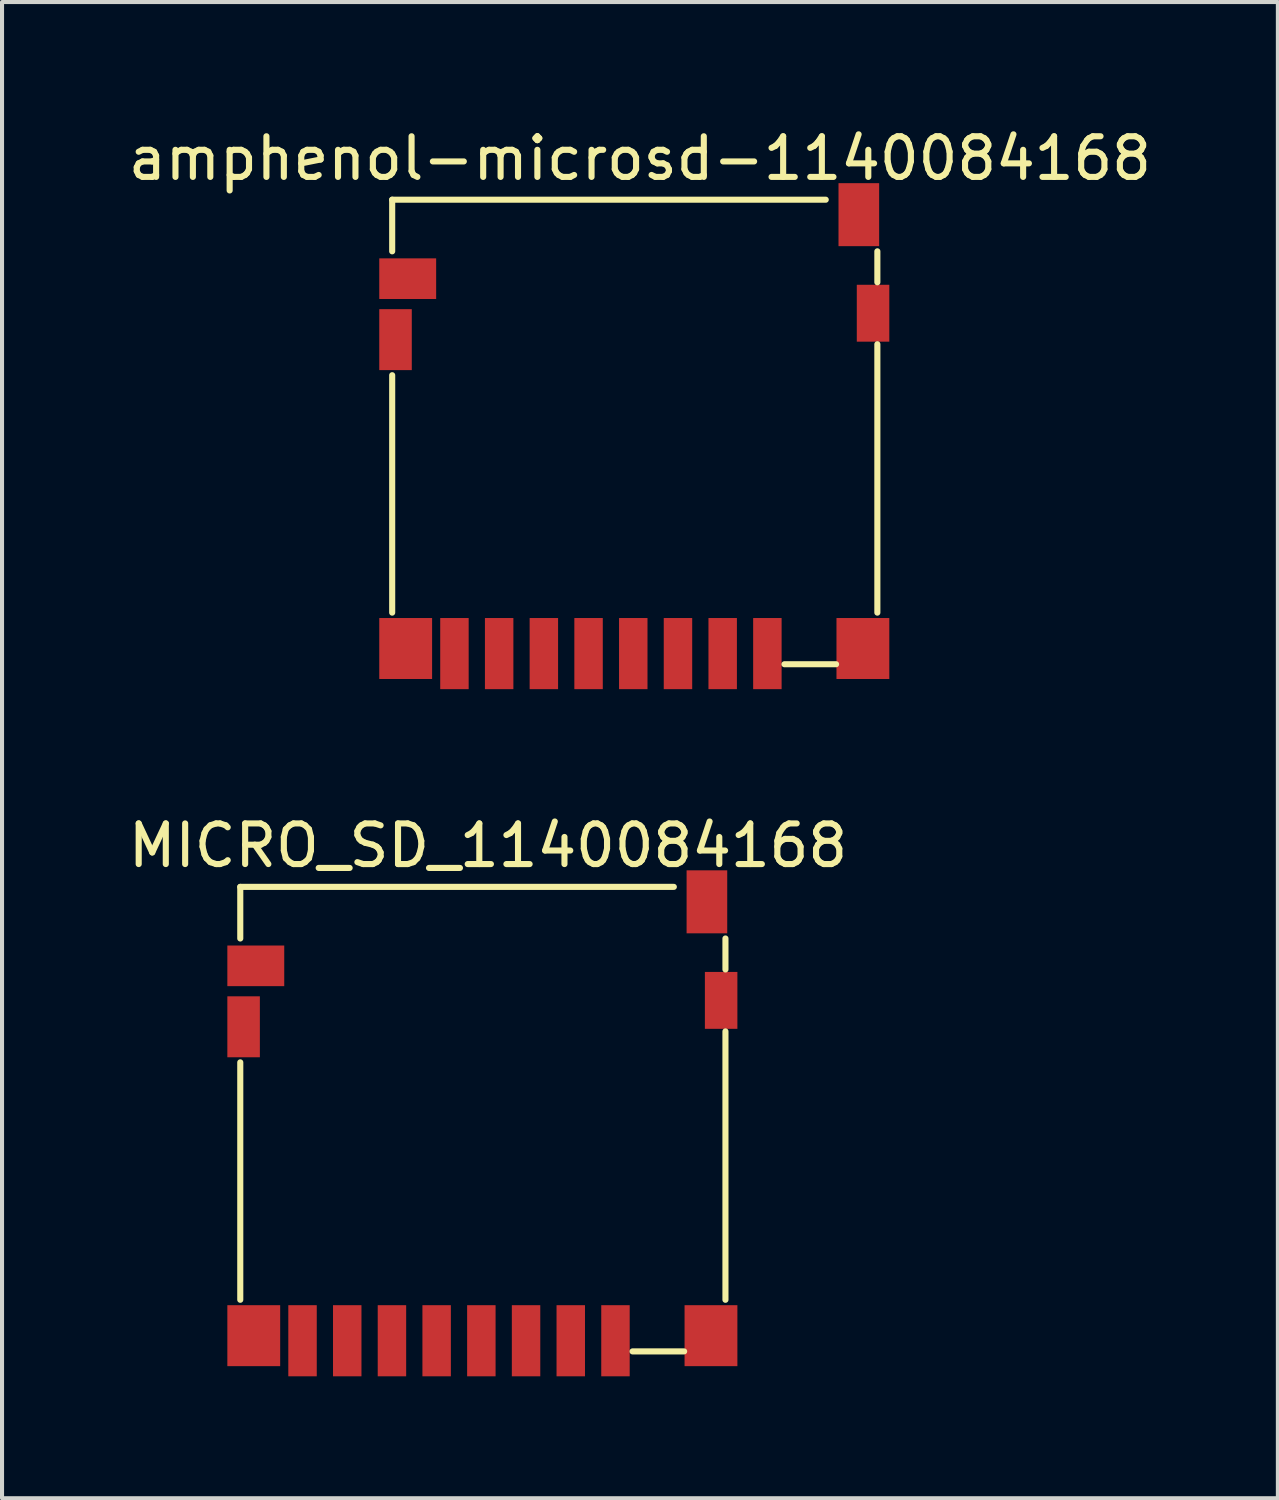
<source format=kicad_pcb>
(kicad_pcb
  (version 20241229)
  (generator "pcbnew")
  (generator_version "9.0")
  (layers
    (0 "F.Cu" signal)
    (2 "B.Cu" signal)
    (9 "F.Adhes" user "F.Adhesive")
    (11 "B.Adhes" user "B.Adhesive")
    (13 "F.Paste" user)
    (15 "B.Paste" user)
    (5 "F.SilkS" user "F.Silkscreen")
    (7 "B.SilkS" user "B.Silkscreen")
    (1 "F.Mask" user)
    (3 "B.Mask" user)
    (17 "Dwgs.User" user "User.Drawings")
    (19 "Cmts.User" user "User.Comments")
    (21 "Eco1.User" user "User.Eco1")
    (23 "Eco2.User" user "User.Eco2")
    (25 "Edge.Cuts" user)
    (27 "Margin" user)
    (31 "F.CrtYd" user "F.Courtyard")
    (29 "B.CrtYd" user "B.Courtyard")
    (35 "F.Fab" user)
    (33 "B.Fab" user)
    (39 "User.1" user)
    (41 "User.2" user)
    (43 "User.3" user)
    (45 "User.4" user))
  (footprint "MICRO_SD_1140084168"
    (layer "F.Cu")
    (at 8.958 24.36)
    (property "Reference" "MICRO_SD_1140084168" (at 0 -6.604 0) (layer "F.SilkS") (effects (font (size 1 1) (thickness 0.15))))
    (attr through_hole)
    (fp_line (start -6.096 -5.588) (end -6.096 -4.318) (stroke (width 0.15) (type solid)) (layer "F.SilkS"))
    (fp_line (start -6.096 -1.27) (end -6.096 4.572) (stroke (width 0.15) (type solid)) (layer "F.SilkS"))
    (fp_line (start 4.572 -5.588) (end -6.096 -5.588) (stroke (width 0.15) (type solid)) (layer "F.SilkS"))
    (fp_line (start 4.826 5.842) (end 3.556 5.842) (stroke (width 0.15) (type solid)) (layer "F.SilkS"))
    (fp_line (start 5.842 -4.318) (end 5.842 -3.556) (stroke (width 0.15) (type solid)) (layer "F.SilkS"))
    (fp_line (start 5.842 -2.032) (end 5.842 4.572) (stroke (width 0.15) (type solid)) (layer "F.SilkS"))
    (pad "" smd rect (at -6.014 -2.145) (size 0.8 1.5) (layers "F.Cu" "F.Mask" "F.Paste"))
    (pad "" smd rect (at -5.764 5.455) (size 1.3 1.5) (layers "F.Cu" "F.Mask" "F.Paste"))
    (pad "" smd rect (at -5.714 -3.645) (size 1.4 1) (layers "F.Cu" "F.Mask" "F.Paste"))
    (pad "" smd rect (at 5.386 -5.22) (size 1 1.55) (layers "F.Cu" "F.Mask" "F.Paste"))
    (pad "" smd rect (at 5.486 5.455) (size 1.3 1.5) (layers "F.Cu" "F.Mask" "F.Paste"))
    (pad "" smd rect (at 5.736 -2.795) (size 0.8 1.4) (layers "F.Cu" "F.Mask" "F.Paste"))
    (pad "1" smd rect (at 3.136 5.58) (size 0.7 1.75) (layers "F.Cu" "F.Mask" "F.Paste"))
    (pad "2" smd rect (at 2.036 5.58) (size 0.7 1.75) (layers "F.Cu" "F.Mask" "F.Paste"))
    (pad "3" smd rect (at 0.936 5.58) (size 0.7 1.75) (layers "F.Cu" "F.Mask" "F.Paste"))
    (pad "4" smd rect (at -0.164 5.58) (size 0.7 1.75) (layers "F.Cu" "F.Mask" "F.Paste"))
    (pad "5" smd rect (at -1.264 5.58) (size 0.7 1.75) (layers "F.Cu" "F.Mask" "F.Paste"))
    (pad "6" smd rect (at -2.364 5.58) (size 0.7 1.75) (layers "F.Cu" "F.Mask" "F.Paste"))
    (pad "7" smd rect (at -3.464 5.58) (size 0.7 1.75) (layers "F.Cu" "F.Mask" "F.Paste"))
    (pad "8" smd rect (at -4.564 5.58) (size 0.7 1.75) (layers "F.Cu" "F.Mask" "F.Paste")))
  (footprint "amphenol-microsd-1140084168"
    (layer "F.Cu")
    (at 12.696 7.452)
    (property "Reference" "amphenol-microsd-1140084168" (at 0 -6.604 0) (layer "F.SilkS") (effects (font (size 1 1) (thickness 0.15))))
    (attr through_hole)
    (fp_line (start -6.096 -5.588) (end -6.096 -4.318) (stroke (width 0.15) (type solid)) (layer "F.SilkS"))
    (fp_line (start -6.096 -1.27) (end -6.096 4.572) (stroke (width 0.15) (type solid)) (layer "F.SilkS"))
    (fp_line (start 4.572 -5.588) (end -6.096 -5.588) (stroke (width 0.15) (type solid)) (layer "F.SilkS"))
    (fp_line (start 4.826 5.842) (end 3.556 5.842) (stroke (width 0.15) (type solid)) (layer "F.SilkS"))
    (fp_line (start 5.842 -4.318) (end 5.842 -3.556) (stroke (width 0.15) (type solid)) (layer "F.SilkS"))
    (fp_line (start 5.842 -2.032) (end 5.842 4.572) (stroke (width 0.15) (type solid)) (layer "F.SilkS"))
    (pad "" smd rect (at -6.014 -2.145) (size 0.8 1.5) (layers "F.Cu" "F.Mask" "F.Paste"))
    (pad "" smd rect (at -5.764 5.455) (size 1.3 1.5) (layers "F.Cu" "F.Mask" "F.Paste"))
    (pad "" smd rect (at -5.714 -3.645) (size 1.4 1) (layers "F.Cu" "F.Mask" "F.Paste"))
    (pad "" smd rect (at 5.386 -5.22) (size 1 1.55) (layers "F.Cu" "F.Mask" "F.Paste"))
    (pad "" smd rect (at 5.486 5.455) (size 1.3 1.5) (layers "F.Cu" "F.Mask" "F.Paste"))
    (pad "" smd rect (at 5.736 -2.795) (size 0.8 1.4) (layers "F.Cu" "F.Mask" "F.Paste"))
    (pad "1" smd rect (at 3.136 5.58) (size 0.7 1.75) (layers "F.Cu" "F.Mask" "F.Paste"))
    (pad "2" smd rect (at 2.036 5.58) (size 0.7 1.75) (layers "F.Cu" "F.Mask" "F.Paste"))
    (pad "3" smd rect (at 0.936 5.58) (size 0.7 1.75) (layers "F.Cu" "F.Mask" "F.Paste"))
    (pad "4" smd rect (at -0.164 5.58) (size 0.7 1.75) (layers "F.Cu" "F.Mask" "F.Paste"))
    (pad "5" smd rect (at -1.264 5.58) (size 0.7 1.75) (layers "F.Cu" "F.Mask" "F.Paste"))
    (pad "6" smd rect (at -2.364 5.58) (size 0.7 1.75) (layers "F.Cu" "F.Mask" "F.Paste"))
    (pad "7" smd rect (at -3.464 5.58) (size 0.7 1.75) (layers "F.Cu" "F.Mask" "F.Paste"))
    (pad "8" smd rect (at -4.564 5.58) (size 0.7 1.75) (layers "F.Cu" "F.Mask" "F.Paste")))
  (gr_rect
    (start -3 -3)
    (end 28.393 33.815)
    (stroke (width 0.1) (type default))
    (fill no)
    (layer "Edge.Cuts")))
</source>
